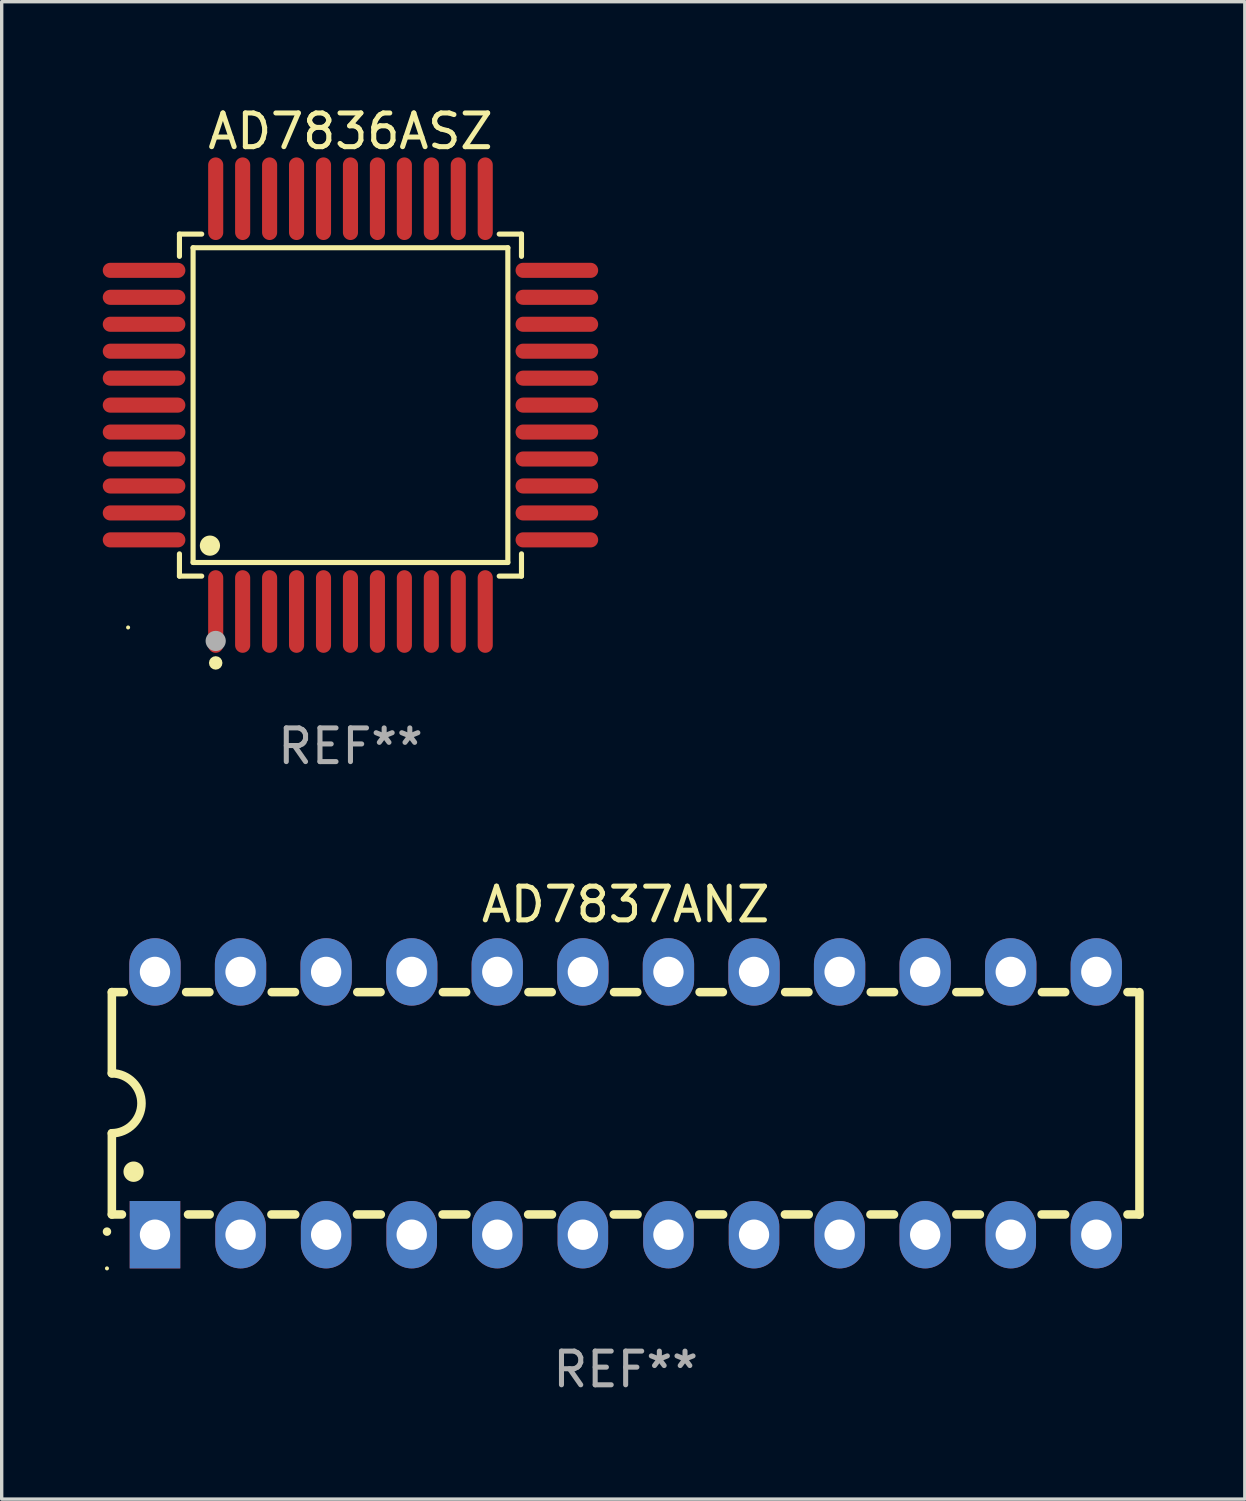
<source format=kicad_pcb>
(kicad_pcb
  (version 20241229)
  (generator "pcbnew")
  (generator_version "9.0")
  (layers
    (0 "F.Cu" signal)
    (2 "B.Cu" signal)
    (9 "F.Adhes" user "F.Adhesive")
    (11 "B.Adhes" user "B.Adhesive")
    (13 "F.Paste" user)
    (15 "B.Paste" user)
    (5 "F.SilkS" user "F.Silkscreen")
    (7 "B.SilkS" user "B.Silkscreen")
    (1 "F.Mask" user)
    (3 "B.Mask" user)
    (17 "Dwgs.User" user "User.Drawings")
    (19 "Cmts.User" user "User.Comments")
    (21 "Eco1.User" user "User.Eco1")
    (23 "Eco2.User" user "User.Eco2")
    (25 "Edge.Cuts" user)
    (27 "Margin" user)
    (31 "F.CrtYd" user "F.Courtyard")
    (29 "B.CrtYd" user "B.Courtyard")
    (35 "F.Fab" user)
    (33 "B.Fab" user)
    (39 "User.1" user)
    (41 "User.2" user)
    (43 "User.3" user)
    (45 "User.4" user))
  (footprint "AD7837ANZ"
    (layer "F.Cu")
    (at 15.52 29.697)
    (property "Reference" "AD7837ANZ" (at 0 -5.9 0) (layer "F.SilkS") (effects (font (size 1 1) (thickness 0.15))))
    (attr through_hole)
    (fp_line (start -15.25 -3.3) (end -15.25 -0.889) (stroke (width 0.254) (type solid)) (layer "F.SilkS"))
    (fp_line (start -15.25 -3.3) (end -14.895 -3.3) (stroke (width 0.254) (type solid)) (layer "F.SilkS"))
    (fp_line (start -15.25 3.3) (end -15.25 0.889) (stroke (width 0.254) (type solid)) (layer "F.SilkS"))
    (fp_line (start -15.25 3.3) (end -14.951 3.3) (stroke (width 0.254) (type solid)) (layer "F.SilkS"))
    (fp_line (start -13.045 -3.3) (end -12.355 -3.3) (stroke (width 0.254) (type solid)) (layer "F.SilkS"))
    (fp_line (start -12.989 3.3) (end -12.347 3.3) (stroke (width 0.254) (type solid)) (layer "F.SilkS"))
    (fp_line (start -10.514 3.3) (end -9.807 3.3) (stroke (width 0.254) (type solid)) (layer "F.SilkS"))
    (fp_line (start -10.505 -3.3) (end -9.815 -3.3) (stroke (width 0.254) (type solid)) (layer "F.SilkS"))
    (fp_line (start -7.974 3.3) (end -7.267 3.3) (stroke (width 0.254) (type solid)) (layer "F.SilkS"))
    (fp_line (start -7.965 -3.3) (end -7.275 -3.3) (stroke (width 0.254) (type solid)) (layer "F.SilkS"))
    (fp_line (start -5.434 3.3) (end -4.727 3.3) (stroke (width 0.254) (type solid)) (layer "F.SilkS"))
    (fp_line (start -5.425 -3.3) (end -4.735 -3.3) (stroke (width 0.254) (type solid)) (layer "F.SilkS"))
    (fp_line (start -2.894 3.3) (end -2.187 3.3) (stroke (width 0.254) (type solid)) (layer "F.SilkS"))
    (fp_line (start -2.885 -3.3) (end -2.195 -3.3) (stroke (width 0.254) (type solid)) (layer "F.SilkS"))
    (fp_line (start -0.354 3.3) (end 0.353 3.3) (stroke (width 0.254) (type solid)) (layer "F.SilkS"))
    (fp_line (start -0.345 -3.3) (end 0.345 -3.3) (stroke (width 0.254) (type solid)) (layer "F.SilkS"))
    (fp_line (start 2.186 3.3) (end 2.893 3.3) (stroke (width 0.254) (type solid)) (layer "F.SilkS"))
    (fp_line (start 2.195 -3.3) (end 2.885 -3.3) (stroke (width 0.254) (type solid)) (layer "F.SilkS"))
    (fp_line (start 4.726 3.3) (end 5.434 3.3) (stroke (width 0.254) (type solid)) (layer "F.SilkS"))
    (fp_line (start 4.735 -3.3) (end 5.425 -3.3) (stroke (width 0.254) (type solid)) (layer "F.SilkS"))
    (fp_line (start 7.266 3.3) (end 7.965 3.3) (stroke (width 0.254) (type solid)) (layer "F.SilkS"))
    (fp_line (start 7.275 -3.3) (end 7.965 -3.3) (stroke (width 0.254) (type solid)) (layer "F.SilkS"))
    (fp_line (start 9.815 -3.3) (end 10.505 -3.3) (stroke (width 0.254) (type solid)) (layer "F.SilkS"))
    (fp_line (start 9.815 3.3) (end 10.514 3.3) (stroke (width 0.254) (type solid)) (layer "F.SilkS"))
    (fp_line (start 12.346 3.3) (end 13.045 3.3) (stroke (width 0.254) (type solid)) (layer "F.SilkS"))
    (fp_line (start 12.355 -3.3) (end 13.045 -3.3) (stroke (width 0.254) (type solid)) (layer "F.SilkS"))
    (fp_line (start 14.895 -3.3) (end 15.113 -3.3) (stroke (width 0.254) (type solid)) (layer "F.SilkS"))
    (fp_line (start 14.895 3.3) (end 15.25 3.3) (stroke (width 0.254) (type solid)) (layer "F.SilkS"))
    (fp_line (start 15.25 -3.3) (end 15.25 3.3) (stroke (width 0.254) (type solid)) (layer "F.SilkS"))
    (fp_arc (start -15.394971 3.810033) (mid -15.394978 3.808763) (end -15.394971 3.807493) (stroke (width 0.25) (type solid)) (layer "F.SilkS"))
    (fp_arc (start -15.251053 -0.890146) (mid -14.361467 -0.001067) (end -15.250038 0.889027) (stroke (width 0.254001) (type solid)) (layer "F.SilkS"))
    (fp_arc (start -14.605029 2.032029) (mid -14.60504 2.029489) (end -14.605029 2.026949) (stroke (width 0.6) (type solid)) (layer "F.SilkS"))
    (fp_circle (center -15.395 4.9) (end -15.365 4.9) (stroke (width 0.06) (type solid)) (fill no) (layer "F.SilkS"))
    (fp_text user "REF**" (at 0 7.9 0) (layer "F.Fab") (effects (font (size 1 1) (thickness 0.15))))
    (pad "1" thru_hole rect (at -13.97 3.9 90) (size 2 1.5) (drill 0.9) (layers "*.Cu" "*.Mask"))
    (pad "2" thru_hole oval (at -11.43 3.9 90) (size 2 1.5) (drill 0.9) (layers "*.Cu" "*.Mask"))
    (pad "3" thru_hole oval (at -8.89 3.9 90) (size 2 1.5) (drill 0.9) (layers "*.Cu" "*.Mask"))
    (pad "4" thru_hole oval (at -6.35 3.9 90) (size 2 1.5) (drill 0.9) (layers "*.Cu" "*.Mask"))
    (pad "5" thru_hole oval (at -3.81 3.9 90) (size 2 1.5) (drill 0.9) (layers "*.Cu" "*.Mask"))
    (pad "6" thru_hole oval (at -1.27 3.9 90) (size 2 1.5) (drill 0.9) (layers "*.Cu" "*.Mask"))
    (pad "7" thru_hole oval (at 1.27 3.9 90) (size 2 1.5) (drill 0.9) (layers "*.Cu" "*.Mask"))
    (pad "8" thru_hole oval (at 3.81 3.9 90) (size 2 1.5) (drill 0.9) (layers "*.Cu" "*.Mask"))
    (pad "9" thru_hole oval (at 6.35 3.9 90) (size 2 1.5) (drill 0.9) (layers "*.Cu" "*.Mask"))
    (pad "10" thru_hole oval (at 8.89 3.9 90) (size 2 1.524) (drill 0.9) (layers "*.Cu" "*.Mask"))
    (pad "11" thru_hole oval (at 11.43 3.9 90) (size 2 1.5) (drill 0.9) (layers "*.Cu" "*.Mask"))
    (pad "12" thru_hole oval (at 13.97 3.9 90) (size 2 1.524) (drill 0.9) (layers "*.Cu" "*.Mask"))
    (pad "13" thru_hole oval (at 13.97 -3.9 90) (size 2 1.524) (drill 0.9) (layers "*.Cu" "*.Mask"))
    (pad "14" thru_hole oval (at 11.43 -3.9 90) (size 2 1.524) (drill 0.9) (layers "*.Cu" "*.Mask"))
    (pad "15" thru_hole oval (at 8.89 -3.9 90) (size 2 1.524) (drill 0.9) (layers "*.Cu" "*.Mask"))
    (pad "16" thru_hole oval (at 6.35 -3.9 90) (size 2 1.524) (drill 0.9) (layers "*.Cu" "*.Mask"))
    (pad "17" thru_hole oval (at 3.81 -3.9 90) (size 2 1.524) (drill 0.9) (layers "*.Cu" "*.Mask"))
    (pad "18" thru_hole oval (at 1.27 -3.9 90) (size 2 1.524) (drill 0.9) (layers "*.Cu" "*.Mask"))
    (pad "19" thru_hole oval (at -1.27 -3.9 90) (size 2 1.524) (drill 0.9) (layers "*.Cu" "*.Mask"))
    (pad "20" thru_hole oval (at -3.81 -3.9 90) (size 2 1.524) (drill 0.9) (layers "*.Cu" "*.Mask"))
    (pad "21" thru_hole oval (at -6.35 -3.9 90) (size 2 1.524) (drill 0.9) (layers "*.Cu" "*.Mask"))
    (pad "22" thru_hole oval (at -8.89 -3.9 90) (size 2 1.524) (drill 0.9) (layers "*.Cu" "*.Mask"))
    (pad "23" thru_hole oval (at -11.43 -3.9 90) (size 2 1.524) (drill 0.9) (layers "*.Cu" "*.Mask"))
    (pad "24" thru_hole oval (at -13.97 -3.9 90) (size 2 1.524) (drill 0.9) (layers "*.Cu" "*.Mask")))
  (footprint "AD7836ASZ"
    (layer "F.Cu")
    (at 7.352 8.974)
    (property "Reference" "AD7836ASZ" (at 0 -8.126 0) (layer "F.SilkS") (effects (font (size 1 1) (thickness 0.15))))
    (attr through_hole)
    (fp_line (start -5.076 -5.076) (end -4.415 -5.076) (stroke (width 0.152) (type solid)) (layer "F.SilkS"))
    (fp_line (start -5.076 -4.415) (end -5.076 -5.076) (stroke (width 0.152) (type solid)) (layer "F.SilkS"))
    (fp_line (start -5.076 4.415) (end -5.076 5.076) (stroke (width 0.152) (type solid)) (layer "F.SilkS"))
    (fp_line (start -5.076 5.076) (end -4.415 5.076) (stroke (width 0.152) (type solid)) (layer "F.SilkS"))
    (fp_line (start -4.671 -4.671) (end 4.671 -4.671) (stroke (width 0.152) (type solid)) (layer "F.SilkS"))
    (fp_line (start -4.671 4.671) (end -4.671 -4.671) (stroke (width 0.152) (type solid)) (layer "F.SilkS"))
    (fp_line (start 4.671 -4.671) (end 4.671 4.671) (stroke (width 0.152) (type solid)) (layer "F.SilkS"))
    (fp_line (start 4.671 4.671) (end -4.671 4.671) (stroke (width 0.152) (type solid)) (layer "F.SilkS"))
    (fp_line (start 5.076 -5.076) (end 4.415 -5.076) (stroke (width 0.152) (type solid)) (layer "F.SilkS"))
    (fp_line (start 5.076 -4.415) (end 5.076 -5.076) (stroke (width 0.152) (type solid)) (layer "F.SilkS"))
    (fp_line (start 5.076 4.415) (end 5.076 5.076) (stroke (width 0.152) (type solid)) (layer "F.SilkS"))
    (fp_line (start 5.076 5.076) (end 4.415 5.076) (stroke (width 0.152) (type solid)) (layer "F.SilkS"))
    (fp_circle (center -6.6 6.6) (end -6.57 6.6) (stroke (width 0.06) (type solid)) (fill no) (layer "F.SilkS"))
    (fp_circle (center -4.171 4.171) (end -4.021 4.171) (stroke (width 0.3) (type solid)) (fill no) (layer "F.SilkS"))
    (fp_circle (center -4 7.652) (end -3.9 7.652) (stroke (width 0.2) (type solid)) (fill no) (layer "F.SilkS"))
    (fp_circle (center -4 7) (end -3.85 7) (stroke (width 0.3) (type solid)) (fill no) (layer "F.Fab"))
    (fp_text user "REF**" (at 0 10.126 0) (layer "F.Fab") (effects (font (size 1 1) (thickness 0.15))))
    (pad "1" smd oval (at -4 6.126) (size 0.448 2.452) (layers "F.Cu" "F.Mask" "F.Paste"))
    (pad "2" smd oval (at -3.2 6.126) (size 0.448 2.452) (layers "F.Cu" "F.Mask" "F.Paste"))
    (pad "3" smd oval (at -2.4 6.126) (size 0.448 2.452) (layers "F.Cu" "F.Mask" "F.Paste"))
    (pad "4" smd oval (at -1.6 6.126) (size 0.448 2.452) (layers "F.Cu" "F.Mask" "F.Paste"))
    (pad "5" smd oval (at -0.8 6.126) (size 0.448 2.452) (layers "F.Cu" "F.Mask" "F.Paste"))
    (pad "6" smd oval (at 0 6.126) (size 0.448 2.452) (layers "F.Cu" "F.Mask" "F.Paste"))
    (pad "7" smd oval (at 0.8 6.126) (size 0.448 2.452) (layers "F.Cu" "F.Mask" "F.Paste"))
    (pad "8" smd oval (at 1.6 6.126) (size 0.448 2.452) (layers "F.Cu" "F.Mask" "F.Paste"))
    (pad "9" smd oval (at 2.4 6.126) (size 0.448 2.452) (layers "F.Cu" "F.Mask" "F.Paste"))
    (pad "10" smd oval (at 3.2 6.126) (size 0.448 2.452) (layers "F.Cu" "F.Mask" "F.Paste"))
    (pad "11" smd oval (at 4 6.126) (size 0.448 2.452) (layers "F.Cu" "F.Mask" "F.Paste"))
    (pad "12" smd oval (at 6.126 4) (size 2.452 0.448) (layers "F.Cu" "F.Mask" "F.Paste"))
    (pad "13" smd oval (at 6.126 3.2) (size 2.452 0.448) (layers "F.Cu" "F.Mask" "F.Paste"))
    (pad "14" smd oval (at 6.126 2.4) (size 2.452 0.448) (layers "F.Cu" "F.Mask" "F.Paste"))
    (pad "15" smd oval (at 6.126 1.6) (size 2.452 0.448) (layers "F.Cu" "F.Mask" "F.Paste"))
    (pad "16" smd oval (at 6.126 0.8) (size 2.452 0.448) (layers "F.Cu" "F.Mask" "F.Paste"))
    (pad "17" smd oval (at 6.126 0) (size 2.452 0.448) (layers "F.Cu" "F.Mask" "F.Paste"))
    (pad "18" smd oval (at 6.126 -0.8) (size 2.452 0.448) (layers "F.Cu" "F.Mask" "F.Paste"))
    (pad "19" smd oval (at 6.126 -1.6) (size 2.452 0.448) (layers "F.Cu" "F.Mask" "F.Paste"))
    (pad "20" smd oval (at 6.126 -2.4) (size 2.452 0.448) (layers "F.Cu" "F.Mask" "F.Paste"))
    (pad "21" smd oval (at 6.126 -3.2) (size 2.452 0.448) (layers "F.Cu" "F.Mask" "F.Paste"))
    (pad "22" smd oval (at 6.126 -4) (size 2.452 0.448) (layers "F.Cu" "F.Mask" "F.Paste"))
    (pad "23" smd oval (at 4 -6.126) (size 0.448 2.452) (layers "F.Cu" "F.Mask" "F.Paste"))
    (pad "24" smd oval (at 3.2 -6.126) (size 0.448 2.452) (layers "F.Cu" "F.Mask" "F.Paste"))
    (pad "25" smd oval (at 2.4 -6.126) (size 0.448 2.452) (layers "F.Cu" "F.Mask" "F.Paste"))
    (pad "26" smd oval (at 1.6 -6.126) (size 0.448 2.452) (layers "F.Cu" "F.Mask" "F.Paste"))
    (pad "27" smd oval (at 0.8 -6.126) (size 0.448 2.452) (layers "F.Cu" "F.Mask" "F.Paste"))
    (pad "28" smd oval (at 0 -6.126) (size 0.448 2.452) (layers "F.Cu" "F.Mask" "F.Paste"))
    (pad "29" smd oval (at -0.8 -6.126) (size 0.448 2.452) (layers "F.Cu" "F.Mask" "F.Paste"))
    (pad "30" smd oval (at -1.6 -6.126) (size 0.448 2.452) (layers "F.Cu" "F.Mask" "F.Paste"))
    (pad "31" smd oval (at -2.4 -6.126) (size 0.448 2.452) (layers "F.Cu" "F.Mask" "F.Paste"))
    (pad "32" smd oval (at -3.2 -6.126) (size 0.448 2.452) (layers "F.Cu" "F.Mask" "F.Paste"))
    (pad "33" smd oval (at -4 -6.126) (size 0.448 2.452) (layers "F.Cu" "F.Mask" "F.Paste"))
    (pad "34" smd oval (at -6.126 -4) (size 2.452 0.448) (layers "F.Cu" "F.Mask" "F.Paste"))
    (pad "35" smd oval (at -6.126 -3.2) (size 2.452 0.448) (layers "F.Cu" "F.Mask" "F.Paste"))
    (pad "36" smd oval (at -6.126 -2.4) (size 2.452 0.448) (layers "F.Cu" "F.Mask" "F.Paste"))
    (pad "37" smd oval (at -6.126 -1.6) (size 2.452 0.448) (layers "F.Cu" "F.Mask" "F.Paste"))
    (pad "38" smd oval (at -6.126 -0.8) (size 2.452 0.448) (layers "F.Cu" "F.Mask" "F.Paste"))
    (pad "39" smd oval (at -6.126 0) (size 2.452 0.448) (layers "F.Cu" "F.Mask" "F.Paste"))
    (pad "40" smd oval (at -6.126 0.8) (size 2.452 0.448) (layers "F.Cu" "F.Mask" "F.Paste"))
    (pad "41" smd oval (at -6.126 1.6) (size 2.452 0.448) (layers "F.Cu" "F.Mask" "F.Paste"))
    (pad "42" smd oval (at -6.126 2.4) (size 2.452 0.448) (layers "F.Cu" "F.Mask" "F.Paste"))
    (pad "43" smd oval (at -6.126 3.2) (size 2.452 0.448) (layers "F.Cu" "F.Mask" "F.Paste"))
    (pad "44" smd oval (at -6.126 4) (size 2.452 0.448) (layers "F.Cu" "F.Mask" "F.Paste")))
  (gr_rect
    (start -3 -3)
    (end 33.897 41.445)
    (stroke (width 0.1) (type default))
    (fill no)
    (layer "Edge.Cuts")))
</source>
